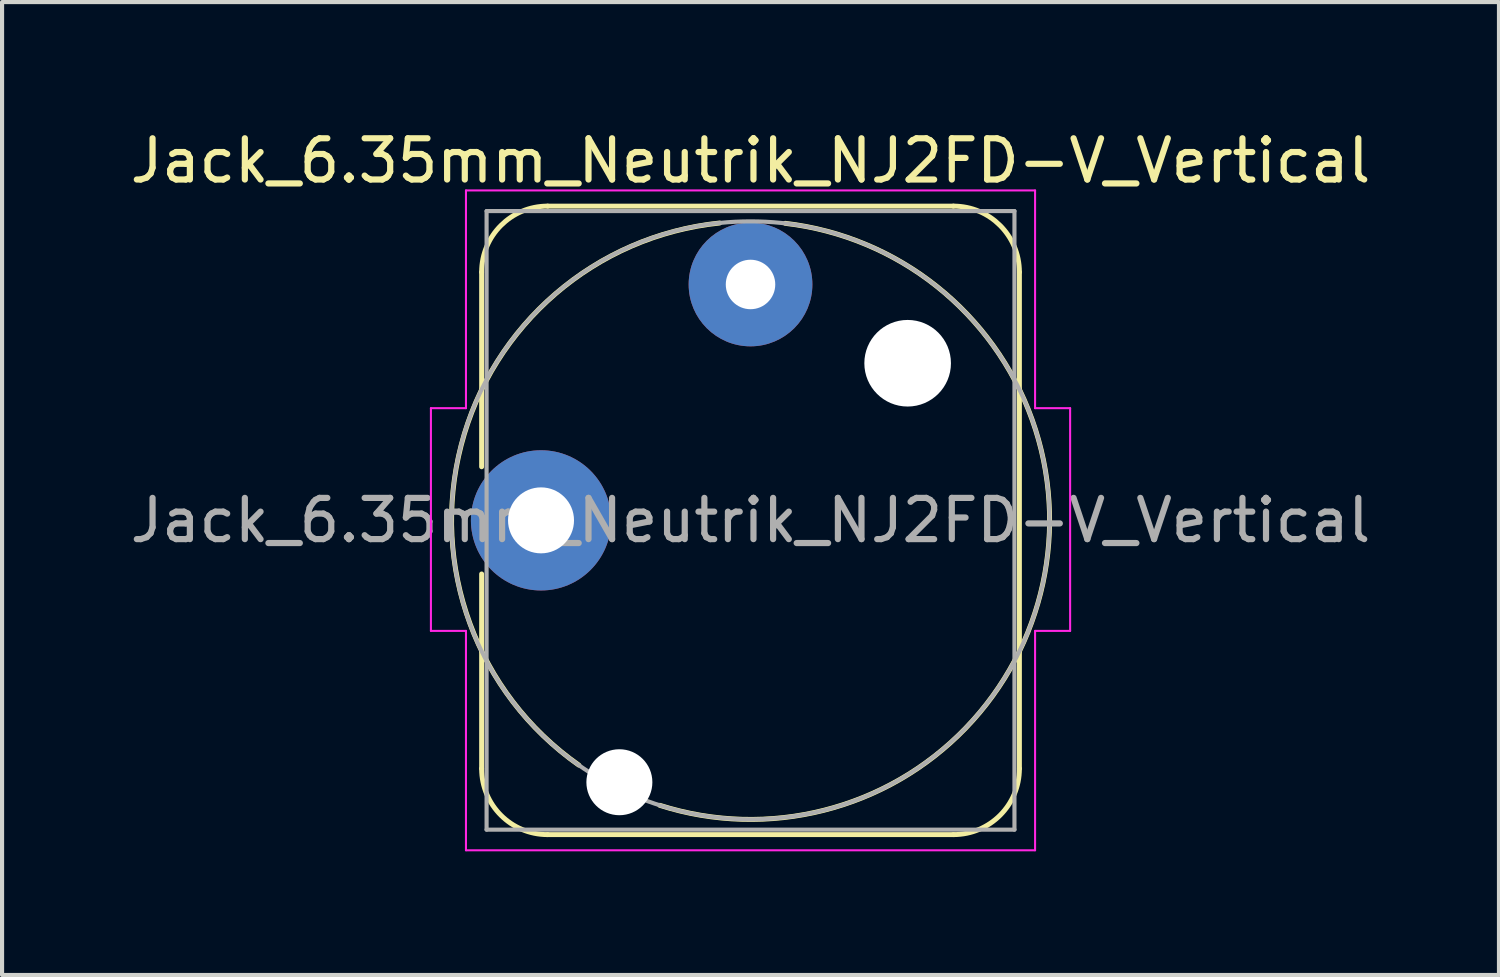
<source format=kicad_pcb>
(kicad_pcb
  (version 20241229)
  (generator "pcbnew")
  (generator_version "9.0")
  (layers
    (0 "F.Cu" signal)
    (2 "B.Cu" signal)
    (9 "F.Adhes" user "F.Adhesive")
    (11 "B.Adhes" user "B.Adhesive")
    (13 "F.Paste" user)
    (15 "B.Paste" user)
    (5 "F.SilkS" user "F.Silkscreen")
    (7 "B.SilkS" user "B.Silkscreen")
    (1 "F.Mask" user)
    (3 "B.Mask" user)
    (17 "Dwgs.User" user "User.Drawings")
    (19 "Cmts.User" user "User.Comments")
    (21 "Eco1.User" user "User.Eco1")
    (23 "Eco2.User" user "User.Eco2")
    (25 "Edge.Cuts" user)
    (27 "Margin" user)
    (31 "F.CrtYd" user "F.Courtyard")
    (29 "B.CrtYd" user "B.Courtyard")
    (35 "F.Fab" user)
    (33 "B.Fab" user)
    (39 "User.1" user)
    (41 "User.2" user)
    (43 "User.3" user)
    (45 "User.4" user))
  (footprint "Jack_6.35mm_Neutrik_NJ2FD-V_Vertical"
    (layer "F.Cu")
    (at 15.149 3.848)
    (property "Reference" "Jack_6.35mm_Neutrik_NJ2FD-V_Vertical" (at 0 -3 0) (layer "F.SilkS") (effects (font (size 1 1) (thickness 0.15))))
    (attr through_hole)
    (fp_line (start -6.52 -0.3) (end -6.52 4.42) (stroke (width 0.12) (type solid)) (layer "F.SilkS"))
    (fp_line (start -6.52 7.02) (end -6.52 11.74) (stroke (width 0.12) (type solid)) (layer "F.SilkS"))
    (fp_line (start -4.92 -1.9) (end 4.92 -1.9) (stroke (width 0.12) (type solid)) (layer "F.SilkS"))
    (fp_line (start -4.92 13.34) (end 4.92 13.34) (stroke (width 0.12) (type solid)) (layer "F.SilkS"))
    (fp_line (start 6.52 -0.3) (end 6.52 11.74) (stroke (width 0.12) (type solid)) (layer "F.SilkS"))
    (fp_arc (start -6.52 -0.3) (mid -6.051371 -1.431371) (end -4.92 -1.9) (stroke (width 0.12) (type default)) (layer "F.SilkS"))
    (fp_arc (start -4.92 13.34) (mid -6.051371 12.871371) (end -6.52 11.74) (stroke (width 0.12) (type default)) (layer "F.SilkS"))
    (fp_arc (start -4.164153 11.6535) (mid -7.016062 3.897509) (end -0.75 -1.49) (stroke (width 0.12) (type solid)) (layer "F.SilkS"))
    (fp_arc (start 0.84109 -1.482824) (mid 7.089049 7.247578) (end -2.2 12.63) (stroke (width 0.12) (type solid)) (layer "F.SilkS"))
    (fp_arc (start 4.92 -1.9) (mid 6.051371 -1.431371) (end 6.52 -0.3) (stroke (width 0.12) (type default)) (layer "F.SilkS"))
    (fp_arc (start 6.52 11.74) (mid 6.051371 12.871371) (end 4.92 13.34) (stroke (width 0.12) (type default)) (layer "F.SilkS"))
    (fp_line (start -7.75 3) (end -7.75 8.4) (stroke (width 0.05) (type solid)) (layer "F.CrtYd"))
    (fp_line (start -6.9 -2.28) (end -6.9 3) (stroke (width 0.05) (type solid)) (layer "F.CrtYd"))
    (fp_line (start -6.9 -2.28) (end 6.9 -2.28) (stroke (width 0.05) (type solid)) (layer "F.CrtYd"))
    (fp_line (start -6.9 3) (end -7.75 3) (stroke (width 0.05) (type solid)) (layer "F.CrtYd"))
    (fp_line (start -6.9 8.4) (end -7.75 8.4) (stroke (width 0.05) (type solid)) (layer "F.CrtYd"))
    (fp_line (start -6.9 8.4) (end -6.9 13.72) (stroke (width 0.05) (type solid)) (layer "F.CrtYd"))
    (fp_line (start -6.9 13.72) (end 6.9 13.72) (stroke (width 0.05) (type solid)) (layer "F.CrtYd"))
    (fp_line (start 6.9 -2.28) (end 6.9 3) (stroke (width 0.05) (type solid)) (layer "F.CrtYd"))
    (fp_line (start 6.9 3) (end 7.75 3) (stroke (width 0.05) (type solid)) (layer "F.CrtYd"))
    (fp_line (start 6.9 8.4) (end 6.9 13.72) (stroke (width 0.05) (type solid)) (layer "F.CrtYd"))
    (fp_line (start 6.9 8.4) (end 7.75 8.4) (stroke (width 0.05) (type solid)) (layer "F.CrtYd"))
    (fp_line (start 7.75 3) (end 7.75 8.4) (stroke (width 0.05) (type solid)) (layer "F.CrtYd"))
    (fp_line (start -6.4 -1.78) (end -6.4 13.22) (stroke (width 0.1) (type solid)) (layer "F.Fab"))
    (fp_line (start -6.4 -1.78) (end 6.4 -1.78) (stroke (width 0.1) (type solid)) (layer "F.Fab"))
    (fp_line (start -6.4 13.22) (end 6.4 13.22) (stroke (width 0.1) (type solid)) (layer "F.Fab"))
    (fp_line (start 6.4 -1.78) (end 6.4 13.22) (stroke (width 0.1) (type solid)) (layer "F.Fab"))
    (fp_circle (center 0 5.72) (end -7.25 5.72) (stroke (width 0.1) (type solid)) (fill no) (layer "F.Fab"))
    (fp_text user "${REFERENCE}" (at 0 5.72 0) (layer "F.Fab") (effects (font (size 1 1) (thickness 0.15))))
    (pad "" np_thru_hole circle (at -3.18 12.07 180) (size 1.6 1.6) (drill 1.6) (layers "*.Cu" "*.Mask"))
    (pad "" np_thru_hole circle (at 3.81 1.91 180) (size 2.1 2.1) (drill 2.1) (layers "*.Cu" "*.Mask"))
    (pad "S" thru_hole circle (at -5.08 5.72 180) (size 3.4 3.4) (drill 1.6) (layers "*.Cu" "*.Mask"))
    (pad "T" thru_hole circle (at 0 0 180) (size 3 3) (drill 1.2) (layers "*.Cu" "*.Mask")))
  (gr_rect
    (start -3 -3)
    (end 33.298 20.593)
    (stroke (width 0.1) (type default))
    (fill no)
    (layer "Edge.Cuts")))
</source>
